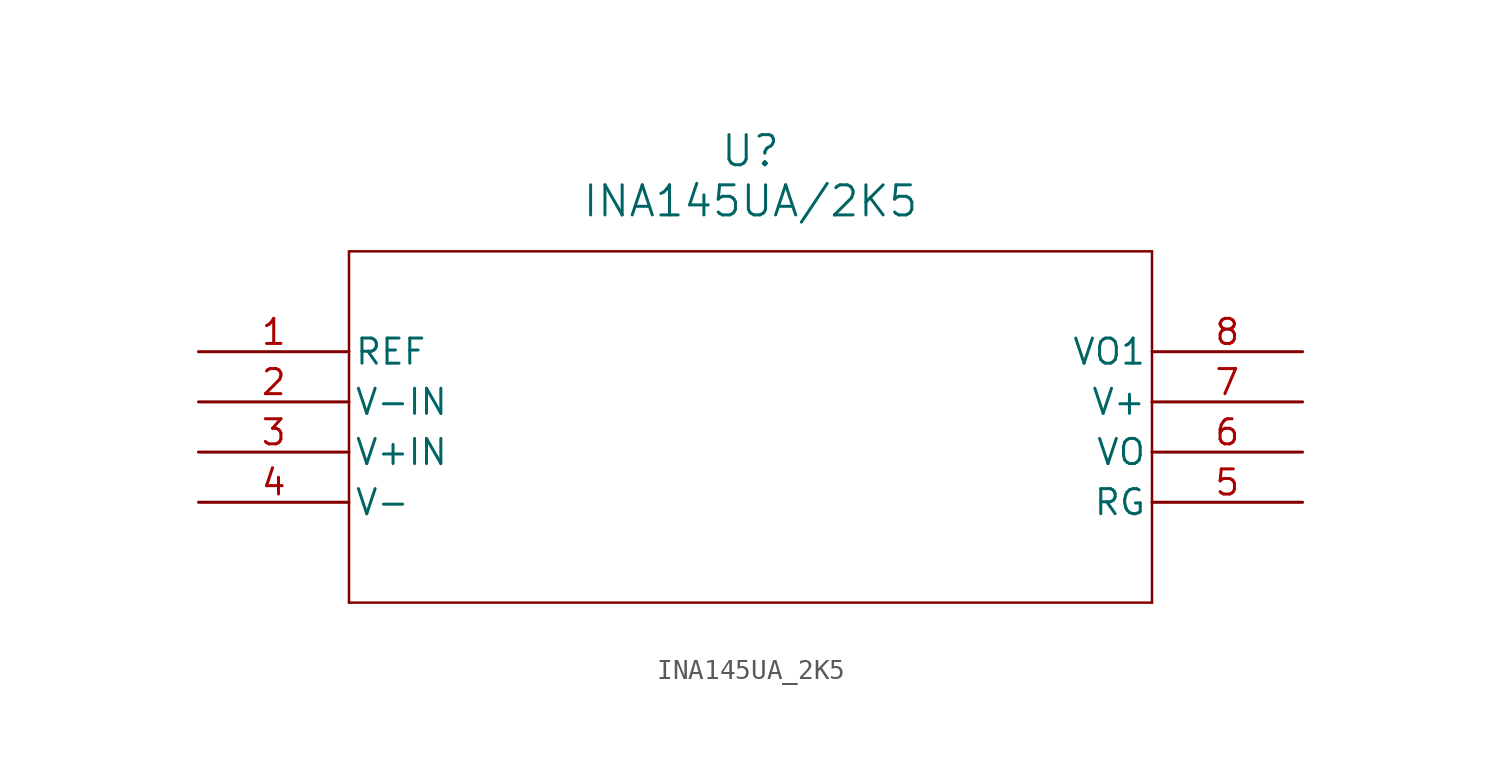
<source format=kicad_sym>
(kicad_symbol_lib
  (version 20211014)
  (generator kicad_symbol_editor)
  (symbol "INA145UA_2K5"
    (pin_names
      (offset 0.254))
    (property "Reference" "U"
      (at 27.94 10.16 0)
      (effects (font (size 1.524 1.524))))
    (property "Value" "INA145UA/2K5"
      (at 27.94 7.62 0)
      (effects (font (size 1.524 1.524))))
    (symbol "INA145UA_2K5_0_1"
      (polyline (pts (xy 7.62 5.08) (xy 7.62 -12.7)) (stroke (width 0.127) (type default) (color 0 0 0 0)) (fill (type none)))
      (polyline (pts (xy 7.62 -12.7) (xy 48.26 -12.7)) (stroke (width 0.127) (type default) (color 0 0 0 0)) (fill (type none)))
      (polyline (pts (xy 48.26 -12.7) (xy 48.26 5.08)) (stroke (width 0.127) (type default) (color 0 0 0 0)) (fill (type none)))
      (polyline (pts (xy 48.26 5.08) (xy 7.62 5.08)) (stroke (width 0.127) (type default) (color 0 0 0 0)) (fill (type none)))
      (pin unspecified line (at 0 0 0) (length 7.62) (name "REF" (effects (font (size 1.27 1.27)))) (number "1" (effects (font (size 1.27 1.27)))))
      (pin input line (at 0 -2.54 0) (length 7.62) (name "V-IN" (effects (font (size 1.27 1.27)))) (number "2" (effects (font (size 1.27 1.27)))))
      (pin input line (at 0 -5.08 0) (length 7.62) (name "V+IN" (effects (font (size 1.27 1.27)))) (number "3" (effects (font (size 1.27 1.27)))))
      (pin power_in line (at 0 -7.62 0) (length 7.62) (name "V-" (effects (font (size 1.27 1.27)))) (number "4" (effects (font (size 1.27 1.27)))))
      (pin unspecified line (at 55.88 -7.62 180) (length 7.62) (name "RG" (effects (font (size 1.27 1.27)))) (number "5" (effects (font (size 1.27 1.27)))))
      (pin output line (at 55.88 -5.08 180) (length 7.62) (name "VO" (effects (font (size 1.27 1.27)))) (number "6" (effects (font (size 1.27 1.27)))))
      (pin power_in line (at 55.88 -2.54 180) (length 7.62) (name "V+" (effects (font (size 1.27 1.27)))) (number "7" (effects (font (size 1.27 1.27)))))
      (pin output line (at 55.88 0 180) (length 7.62) (name "VO1" (effects (font (size 1.27 1.27)))) (number "8" (effects (font (size 1.27 1.27))))))))
</source>
